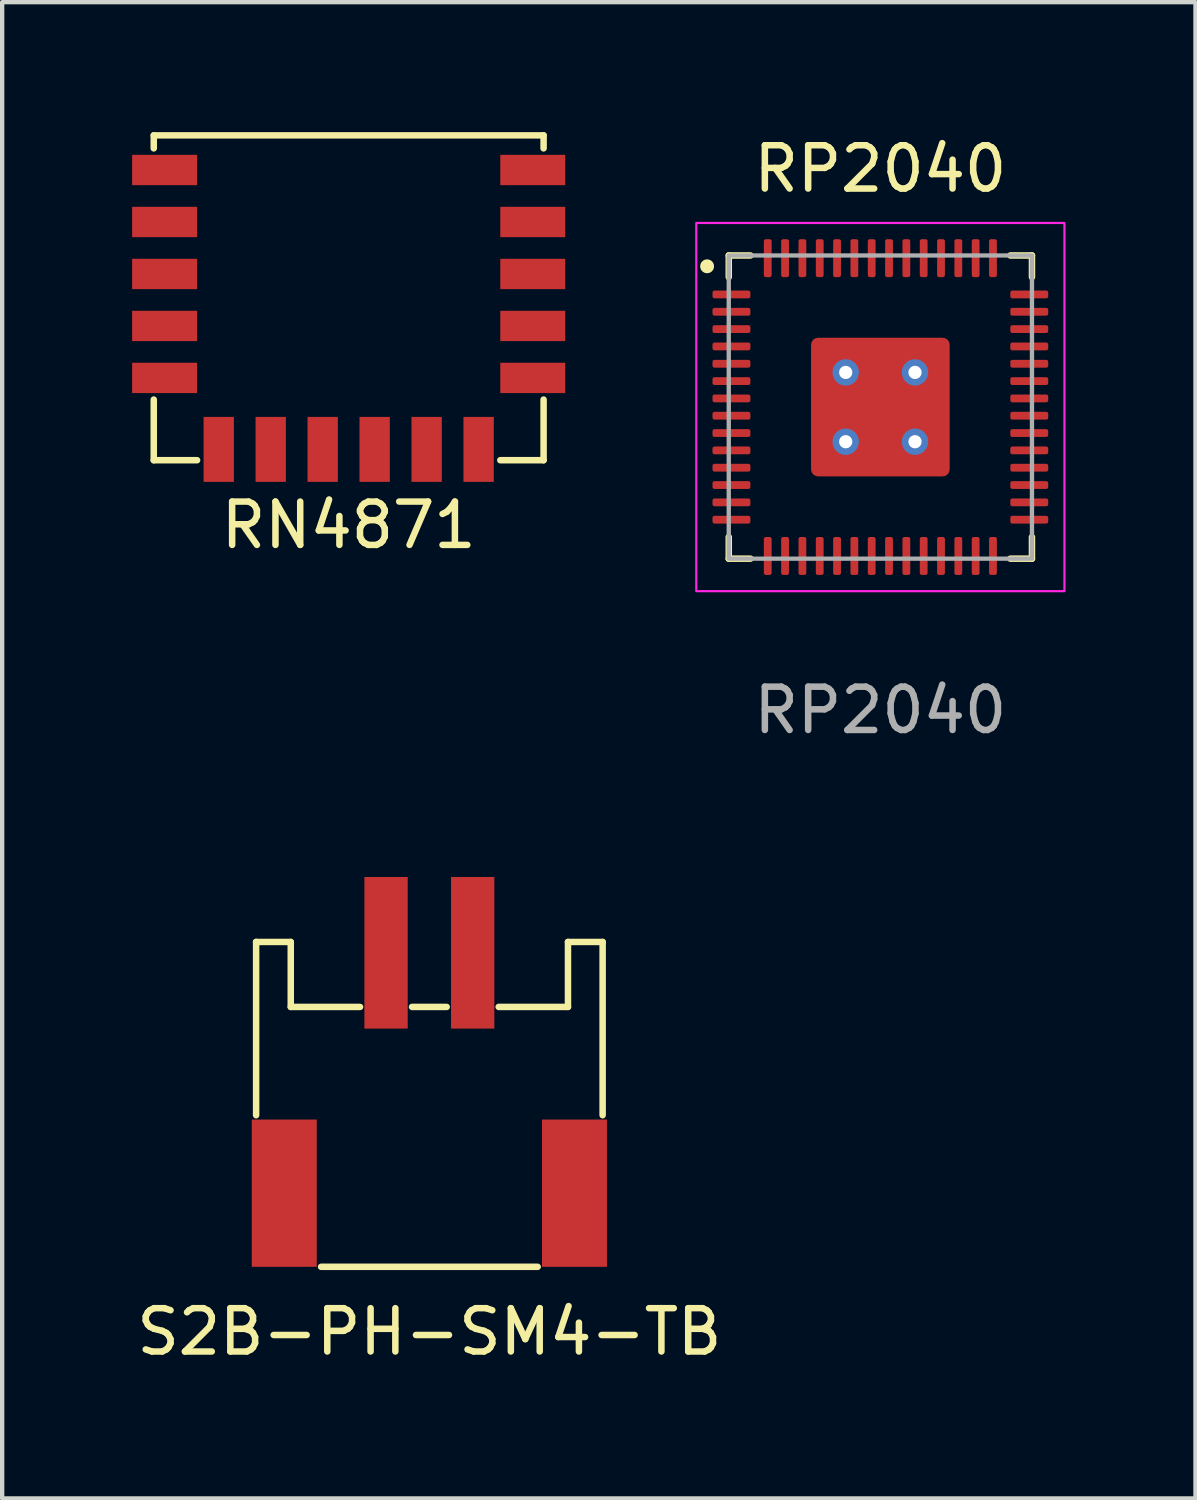
<source format=kicad_pcb>
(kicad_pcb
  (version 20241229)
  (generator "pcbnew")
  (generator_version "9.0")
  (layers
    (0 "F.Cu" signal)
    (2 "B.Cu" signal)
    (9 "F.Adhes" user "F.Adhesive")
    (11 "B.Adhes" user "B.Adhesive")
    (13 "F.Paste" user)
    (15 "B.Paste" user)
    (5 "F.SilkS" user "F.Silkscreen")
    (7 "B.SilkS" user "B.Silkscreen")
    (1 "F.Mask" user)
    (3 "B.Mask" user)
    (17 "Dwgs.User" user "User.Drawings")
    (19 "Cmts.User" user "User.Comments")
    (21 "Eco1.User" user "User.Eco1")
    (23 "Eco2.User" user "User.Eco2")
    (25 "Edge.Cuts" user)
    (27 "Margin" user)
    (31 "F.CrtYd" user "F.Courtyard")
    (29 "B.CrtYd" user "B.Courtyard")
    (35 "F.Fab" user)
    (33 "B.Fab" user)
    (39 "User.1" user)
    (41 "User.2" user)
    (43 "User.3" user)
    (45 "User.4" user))
  (footprint "RP2040"
    (layer "F.Cu")
    (at 17.275 6.348)
    (property "Reference" "RP2040" (at 0 -5.5 0) (unlocked yes) (layer "F.SilkS") (effects (font (size 1 1) (thickness 0.15))))
    (attr smd)
    (fp_line (start -3.5 -3.5) (end -3 -3.5) (stroke (width 0.15) (type solid)) (layer "F.SilkS"))
    (fp_line (start -3.5 -3) (end -3.5 -3.5) (stroke (width 0.15) (type solid)) (layer "F.SilkS"))
    (fp_line (start -3.5 3) (end -3.5 3.5) (stroke (width 0.15) (type solid)) (layer "F.SilkS"))
    (fp_line (start -3.5 3.5) (end -3 3.5) (stroke (width 0.15) (type solid)) (layer "F.SilkS"))
    (fp_line (start 3 -3.5) (end 3.5 -3.5) (stroke (width 0.15) (type solid)) (layer "F.SilkS"))
    (fp_line (start 3 3.5) (end 3.5 3.5) (stroke (width 0.15) (type solid)) (layer "F.SilkS"))
    (fp_line (start 3.5 -3.5) (end 3.5 -3) (stroke (width 0.15) (type solid)) (layer "F.SilkS"))
    (fp_line (start 3.5 3.5) (end 3.5 3) (stroke (width 0.15) (type solid)) (layer "F.SilkS"))
    (fp_circle (center -4 -3.25) (end -3.9 -3.25) (stroke (width 0.12) (type solid)) (fill yes) (layer "F.SilkS"))
    (fp_rect (start -1.5 -1.5) (end -0.25 -0.25) (stroke (width 0.12) (type solid)) (fill yes) (layer "F.Paste"))
    (fp_rect (start -1.5 0.25) (end -0.25 1.5) (stroke (width 0.12) (type solid)) (fill yes) (layer "F.Paste"))
    (fp_rect (start 0.25 -1.5) (end 1.5 -0.25) (stroke (width 0.12) (type solid)) (fill yes) (layer "F.Paste"))
    (fp_rect (start 0.25 0.25) (end 1.5 1.5) (stroke (width 0.12) (type solid)) (fill yes) (layer "F.Paste"))
    (fp_rect (start -4.25 -4.25) (end 4.25 4.25) (stroke (width 0.05) (type solid)) (fill no) (layer "F.CrtYd"))
    (fp_rect (start -3.5 -3.5) (end 3.5 3.5) (stroke (width 0.1) (type solid)) (fill no) (layer "F.Fab"))
    (fp_text user "${REFERENCE}" (at 0 7 0) (unlocked yes) (layer "F.Fab") (effects (font (size 1 1) (thickness 0.15))))
    (pad "1" smd roundrect (at -3.438 -2.6 90) (size 0.18 0.875) (layers "F.Cu" "F.Mask" "F.Paste") (roundrect_rratio 0.25))
    (pad "2" smd roundrect (at -3.438 -2.2 90) (size 0.18 0.875) (layers "F.Cu" "F.Mask" "F.Paste") (roundrect_rratio 0.25))
    (pad "3" smd roundrect (at -3.438 -1.8 90) (size 0.18 0.875) (layers "F.Cu" "F.Mask" "F.Paste") (roundrect_rratio 0.25))
    (pad "4" smd roundrect (at -3.438 -1.4 90) (size 0.18 0.875) (layers "F.Cu" "F.Mask" "F.Paste") (roundrect_rratio 0.25))
    (pad "5" smd roundrect (at -3.438 -1 90) (size 0.18 0.875) (layers "F.Cu" "F.Mask" "F.Paste") (roundrect_rratio 0.25))
    (pad "6" smd roundrect (at -3.438 -0.6 90) (size 0.18 0.875) (layers "F.Cu" "F.Mask" "F.Paste") (roundrect_rratio 0.25))
    (pad "7" smd roundrect (at -3.438 -0.2 90) (size 0.18 0.875) (layers "F.Cu" "F.Mask" "F.Paste") (roundrect_rratio 0.25))
    (pad "8" smd roundrect (at -3.438 0.2 90) (size 0.18 0.875) (layers "F.Cu" "F.Mask" "F.Paste") (roundrect_rratio 0.25))
    (pad "9" smd roundrect (at -3.438 0.6 90) (size 0.18 0.875) (layers "F.Cu" "F.Mask" "F.Paste") (roundrect_rratio 0.25))
    (pad "10" smd roundrect (at -3.438 1 90) (size 0.18 0.875) (layers "F.Cu" "F.Mask" "F.Paste") (roundrect_rratio 0.25))
    (pad "11" smd roundrect (at -3.438 1.4 90) (size 0.18 0.875) (layers "F.Cu" "F.Mask" "F.Paste") (roundrect_rratio 0.25))
    (pad "12" smd roundrect (at -3.438 1.8 90) (size 0.18 0.875) (layers "F.Cu" "F.Mask" "F.Paste") (roundrect_rratio 0.25))
    (pad "13" smd roundrect (at -3.438 2.2 90) (size 0.18 0.875) (layers "F.Cu" "F.Mask" "F.Paste") (roundrect_rratio 0.25))
    (pad "14" smd roundrect (at -3.438 2.6 90) (size 0.18 0.875) (layers "F.Cu" "F.Mask" "F.Paste") (roundrect_rratio 0.25))
    (pad "15" smd roundrect (at -2.6 3.438 180) (size 0.18 0.875) (layers "F.Cu" "F.Mask" "F.Paste") (roundrect_rratio 0.25))
    (pad "16" smd roundrect (at -2.2 3.438 180) (size 0.18 0.875) (layers "F.Cu" "F.Mask" "F.Paste") (roundrect_rratio 0.25))
    (pad "17" smd roundrect (at -1.8 3.438 180) (size 0.18 0.875) (layers "F.Cu" "F.Mask" "F.Paste") (roundrect_rratio 0.25))
    (pad "18" smd roundrect (at -1.4 3.438 180) (size 0.18 0.875) (layers "F.Cu" "F.Mask" "F.Paste") (roundrect_rratio 0.25))
    (pad "19" smd roundrect (at -1 3.438 180) (size 0.18 0.875) (layers "F.Cu" "F.Mask" "F.Paste") (roundrect_rratio 0.25))
    (pad "20" smd roundrect (at -0.6 3.438 180) (size 0.18 0.875) (layers "F.Cu" "F.Mask" "F.Paste") (roundrect_rratio 0.25))
    (pad "21" smd roundrect (at -0.2 3.438 180) (size 0.18 0.875) (layers "F.Cu" "F.Mask" "F.Paste") (roundrect_rratio 0.25))
    (pad "22" smd roundrect (at 0.2 3.438 180) (size 0.18 0.875) (layers "F.Cu" "F.Mask" "F.Paste") (roundrect_rratio 0.25))
    (pad "23" smd roundrect (at 0.6 3.438 180) (size 0.18 0.875) (layers "F.Cu" "F.Mask" "F.Paste") (roundrect_rratio 0.25))
    (pad "24" smd roundrect (at 1 3.438 180) (size 0.18 0.875) (layers "F.Cu" "F.Mask" "F.Paste") (roundrect_rratio 0.25))
    (pad "25" smd roundrect (at 1.4 3.438 180) (size 0.18 0.875) (layers "F.Cu" "F.Mask" "F.Paste") (roundrect_rratio 0.25))
    (pad "26" smd roundrect (at 1.8 3.438 180) (size 0.18 0.875) (layers "F.Cu" "F.Mask" "F.Paste") (roundrect_rratio 0.25))
    (pad "27" smd roundrect (at 2.2 3.438 180) (size 0.18 0.875) (layers "F.Cu" "F.Mask" "F.Paste") (roundrect_rratio 0.25))
    (pad "28" smd roundrect (at 2.6 3.438 180) (size 0.18 0.875) (layers "F.Cu" "F.Mask" "F.Paste") (roundrect_rratio 0.25))
    (pad "29" smd roundrect (at 3.438 2.6 270) (size 0.18 0.875) (layers "F.Cu" "F.Mask" "F.Paste") (roundrect_rratio 0.25))
    (pad "30" smd roundrect (at 3.438 2.2 270) (size 0.18 0.875) (layers "F.Cu" "F.Mask" "F.Paste") (roundrect_rratio 0.25))
    (pad "31" smd roundrect (at 3.438 1.8 270) (size 0.18 0.875) (layers "F.Cu" "F.Mask" "F.Paste") (roundrect_rratio 0.25))
    (pad "32" smd roundrect (at 3.438 1.4 270) (size 0.18 0.875) (layers "F.Cu" "F.Mask" "F.Paste") (roundrect_rratio 0.25))
    (pad "33" smd roundrect (at 3.438 1 270) (size 0.18 0.875) (layers "F.Cu" "F.Mask" "F.Paste") (roundrect_rratio 0.25))
    (pad "34" smd roundrect (at 3.438 0.6 270) (size 0.18 0.875) (layers "F.Cu" "F.Mask" "F.Paste") (roundrect_rratio 0.25))
    (pad "35" smd roundrect (at 3.438 0.2 270) (size 0.18 0.875) (layers "F.Cu" "F.Mask" "F.Paste") (roundrect_rratio 0.25))
    (pad "36" smd roundrect (at 3.438 -0.2 270) (size 0.18 0.875) (layers "F.Cu" "F.Mask" "F.Paste") (roundrect_rratio 0.25))
    (pad "37" smd roundrect (at 3.438 -0.6 270) (size 0.18 0.875) (layers "F.Cu" "F.Mask" "F.Paste") (roundrect_rratio 0.25))
    (pad "38" smd roundrect (at 3.438 -1 270) (size 0.18 0.875) (layers "F.Cu" "F.Mask" "F.Paste") (roundrect_rratio 0.25))
    (pad "39" smd roundrect (at 3.438 -1.4 270) (size 0.18 0.875) (layers "F.Cu" "F.Mask" "F.Paste") (roundrect_rratio 0.25))
    (pad "40" smd roundrect (at 3.438 -1.8 270) (size 0.18 0.875) (layers "F.Cu" "F.Mask" "F.Paste") (roundrect_rratio 0.25))
    (pad "41" smd roundrect (at 3.438 -2.2 270) (size 0.18 0.875) (layers "F.Cu" "F.Mask" "F.Paste") (roundrect_rratio 0.25))
    (pad "42" smd roundrect (at 3.438 -2.6 270) (size 0.18 0.875) (layers "F.Cu" "F.Mask" "F.Paste") (roundrect_rratio 0.25))
    (pad "43" smd roundrect (at 2.6 -3.438) (size 0.18 0.875) (layers "F.Cu" "F.Mask" "F.Paste") (roundrect_rratio 0.25))
    (pad "44" smd roundrect (at 2.2 -3.438) (size 0.18 0.875) (layers "F.Cu" "F.Mask" "F.Paste") (roundrect_rratio 0.25))
    (pad "45" smd roundrect (at 1.8 -3.438) (size 0.18 0.875) (layers "F.Cu" "F.Mask" "F.Paste") (roundrect_rratio 0.25))
    (pad "46" smd roundrect (at 1.4 -3.438) (size 0.18 0.875) (layers "F.Cu" "F.Mask" "F.Paste") (roundrect_rratio 0.25))
    (pad "47" smd roundrect (at 1 -3.438) (size 0.18 0.875) (layers "F.Cu" "F.Mask" "F.Paste") (roundrect_rratio 0.25))
    (pad "48" smd roundrect (at 0.6 -3.438) (size 0.18 0.875) (layers "F.Cu" "F.Mask" "F.Paste") (roundrect_rratio 0.25))
    (pad "49" smd roundrect (at 0.2 -3.438) (size 0.18 0.875) (layers "F.Cu" "F.Mask" "F.Paste") (roundrect_rratio 0.25))
    (pad "50" smd roundrect (at -0.2 -3.438) (size 0.18 0.875) (layers "F.Cu" "F.Mask" "F.Paste") (roundrect_rratio 0.25))
    (pad "51" smd roundrect (at -0.6 -3.438) (size 0.18 0.875) (layers "F.Cu" "F.Mask" "F.Paste") (roundrect_rratio 0.25))
    (pad "52" smd roundrect (at -1 -3.438) (size 0.18 0.875) (layers "F.Cu" "F.Mask" "F.Paste") (roundrect_rratio 0.25))
    (pad "53" smd roundrect (at -1.4 -3.438) (size 0.18 0.875) (layers "F.Cu" "F.Mask" "F.Paste") (roundrect_rratio 0.25))
    (pad "54" smd roundrect (at -1.8 -3.438) (size 0.18 0.875) (layers "F.Cu" "F.Mask" "F.Paste") (roundrect_rratio 0.25))
    (pad "55" smd roundrect (at -2.2 -3.438) (size 0.18 0.875) (layers "F.Cu" "F.Mask" "F.Paste") (roundrect_rratio 0.25))
    (pad "56" smd roundrect (at -2.6 -3.438) (size 0.18 0.875) (layers "F.Cu" "F.Mask" "F.Paste") (roundrect_rratio 0.25))
    (pad "57" thru_hole circle (at -0.8 -0.8) (size 0.61 0.61) (drill 0.305) (layers "*.Cu" "F.Mask"))
    (pad "57" thru_hole circle (at -0.8 0.8) (size 0.61 0.61) (drill 0.305) (layers "*.Cu" "F.Mask"))
    (pad "57" smd roundrect (at 0 0) (size 3.2 3.2) (layers "F.Cu" "F.Mask") (roundrect_rratio 0.05))
    (pad "57" thru_hole circle (at 0.8 -0.8) (size 0.61 0.61) (drill 0.305) (layers "*.Cu" "F.Mask"))
    (pad "57" thru_hole circle (at 0.8 0.8) (size 0.61 0.61) (drill 0.305) (layers "*.Cu" "F.Mask")))
  (footprint "RN4871"
    (layer "F.Cu")
    (at 5 4.075)
    (property "Reference" "RN4871" (at 0 5 0) (layer "F.SilkS") (effects (font (size 1 1) (thickness 0.15))))
    (attr smd)
    (fp_line (start -4.5 -4) (end 4.5 -4) (stroke (width 0.15) (type solid)) (layer "F.SilkS"))
    (fp_line (start -4.5 -3.7) (end -4.5 -4) (stroke (width 0.15) (type solid)) (layer "F.SilkS"))
    (fp_line (start -4.5 2.1) (end -4.5 3.5) (stroke (width 0.15) (type solid)) (layer "F.SilkS"))
    (fp_line (start -4.5 3.5) (end -3.5 3.5) (stroke (width 0.15) (type solid)) (layer "F.SilkS"))
    (fp_line (start 3.5 3.5) (end 4.5 3.5) (stroke (width 0.15) (type solid)) (layer "F.SilkS"))
    (fp_line (start 4.5 -4) (end 4.5 -3.7) (stroke (width 0.15) (type solid)) (layer "F.SilkS"))
    (fp_line (start 4.5 3.5) (end 4.5 2.1) (stroke (width 0.15) (type solid)) (layer "F.SilkS"))
    (pad "1" smd rect (at -4.25 -3.2) (size 1.5 0.7) (layers "F.Cu" "F.Mask" "F.Paste"))
    (pad "2" smd rect (at -4.25 -2) (size 1.5 0.7) (layers "F.Cu" "F.Mask" "F.Paste"))
    (pad "3" smd rect (at -4.25 -0.8) (size 1.5 0.7) (layers "F.Cu" "F.Mask" "F.Paste"))
    (pad "4" smd rect (at -4.25 0.4) (size 1.5 0.7) (layers "F.Cu" "F.Mask" "F.Paste"))
    (pad "5" smd rect (at -4.25 1.6) (size 1.5 0.7) (layers "F.Cu" "F.Mask" "F.Paste"))
    (pad "6" smd rect (at -3 3.25 90) (size 1.5 0.7) (layers "F.Cu" "F.Mask" "F.Paste"))
    (pad "7" smd rect (at -1.8 3.25 90) (size 1.5 0.7) (layers "F.Cu" "F.Mask" "F.Paste"))
    (pad "8" smd rect (at -0.6 3.25 90) (size 1.5 0.7) (layers "F.Cu" "F.Mask" "F.Paste"))
    (pad "9" smd rect (at 0.6 3.25 90) (size 1.5 0.7) (layers "F.Cu" "F.Mask" "F.Paste"))
    (pad "10" smd rect (at 1.8 3.25 90) (size 1.5 0.7) (layers "F.Cu" "F.Mask" "F.Paste"))
    (pad "11" smd rect (at 3 3.25 90) (size 1.5 0.7) (layers "F.Cu" "F.Mask" "F.Paste"))
    (pad "12" smd rect (at 4.25 1.6) (size 1.5 0.7) (layers "F.Cu" "F.Mask" "F.Paste"))
    (pad "13" smd rect (at 4.25 0.4) (size 1.5 0.7) (layers "F.Cu" "F.Mask" "F.Paste"))
    (pad "14" smd rect (at 4.25 -0.8) (size 1.5 0.7) (layers "F.Cu" "F.Mask" "F.Paste"))
    (pad "15" smd rect (at 4.25 -2) (size 1.5 0.7) (layers "F.Cu" "F.Mask" "F.Paste"))
    (pad "16" smd rect (at 4.25 -3.2) (size 1.5 0.7) (layers "F.Cu" "F.Mask" "F.Paste")))
  (footprint "S2B-PH-SM4-TB"
    (layer "F.Cu")
    (at 6.863 21.697)
    (property "Reference" "S2B-PH-SM4-TB" (at 0 6 0) (layer "F.SilkS") (effects (font (size 1 1) (thickness 0.15))))
    (attr smd)
    (fp_line (start -4 -3) (end -4 1) (stroke (width 0.15) (type solid)) (layer "F.SilkS"))
    (fp_line (start -3.2 -3) (end -4 -3) (stroke (width 0.15) (type solid)) (layer "F.SilkS"))
    (fp_line (start -3.2 -3) (end -3.2 -1.5) (stroke (width 0.15) (type solid)) (layer "F.SilkS"))
    (fp_line (start -3.2 -1.5) (end -1.6 -1.5) (stroke (width 0.15) (type solid)) (layer "F.SilkS"))
    (fp_line (start -2.5 4.5) (end 2.5 4.5) (stroke (width 0.15) (type solid)) (layer "F.SilkS"))
    (fp_line (start -0.4 -1.5) (end 0.4 -1.5) (stroke (width 0.15) (type solid)) (layer "F.SilkS"))
    (fp_line (start 3.2 -3) (end 3.2 -1.5) (stroke (width 0.15) (type solid)) (layer "F.SilkS"))
    (fp_line (start 3.2 -3) (end 4 -3) (stroke (width 0.15) (type solid)) (layer "F.SilkS"))
    (fp_line (start 3.2 -1.5) (end 1.6 -1.5) (stroke (width 0.15) (type solid)) (layer "F.SilkS"))
    (fp_line (start 4 -3) (end 4 1) (stroke (width 0.15) (type solid)) (layer "F.SilkS"))
    (pad "1" smd rect (at -1 -2.75) (size 1 3.5) (layers "F.Cu" "F.Mask" "F.Paste"))
    (pad "2" smd rect (at 1 -2.75) (size 1 3.5) (layers "F.Cu" "F.Mask" "F.Paste"))
    (pad "3" smd rect (at 3.35 2.8) (size 1.5 3.4) (layers "F.Cu" "F.Mask" "F.Paste"))
    (pad "4" smd rect (at -3.35 2.8) (size 1.5 3.4) (layers "F.Cu" "F.Mask" "F.Paste")))
  (gr_rect
    (start -3 -3)
    (end 24.55 31.545)
    (stroke (width 0.1) (type default))
    (fill no)
    (layer "Edge.Cuts")))
</source>
